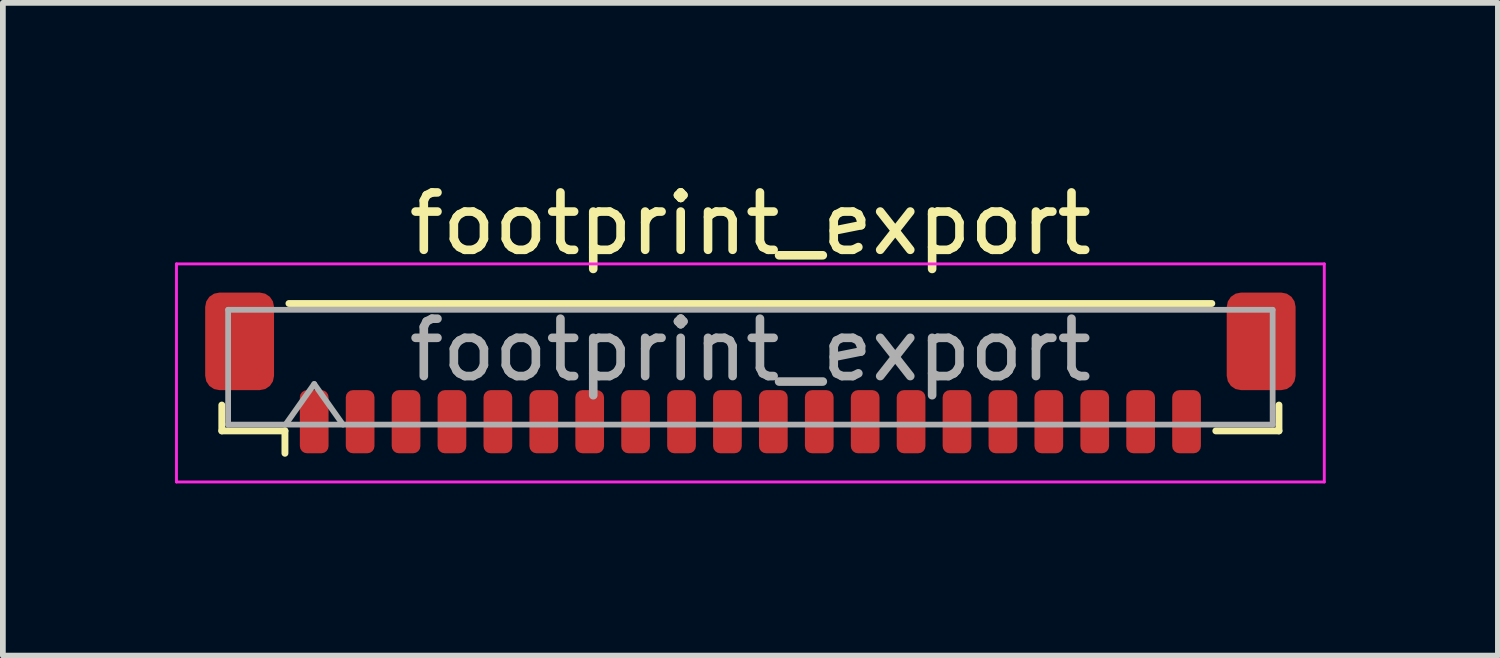
<source format=kicad_pcb>
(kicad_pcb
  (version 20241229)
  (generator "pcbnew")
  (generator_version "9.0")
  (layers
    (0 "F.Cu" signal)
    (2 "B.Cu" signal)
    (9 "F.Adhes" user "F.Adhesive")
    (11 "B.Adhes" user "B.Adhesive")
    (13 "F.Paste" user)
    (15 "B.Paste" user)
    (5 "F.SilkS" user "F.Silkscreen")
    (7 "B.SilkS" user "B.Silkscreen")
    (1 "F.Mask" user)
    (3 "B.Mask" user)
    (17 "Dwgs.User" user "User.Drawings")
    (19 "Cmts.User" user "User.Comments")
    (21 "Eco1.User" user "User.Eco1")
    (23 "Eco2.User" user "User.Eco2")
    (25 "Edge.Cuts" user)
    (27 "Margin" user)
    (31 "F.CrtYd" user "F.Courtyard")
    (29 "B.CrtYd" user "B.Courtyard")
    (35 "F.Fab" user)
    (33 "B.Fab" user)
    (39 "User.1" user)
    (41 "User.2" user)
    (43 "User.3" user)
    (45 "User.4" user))
  (footprint "footprint_export"
    (layer "F.Cu")
    (at 10.025 3.448)
    (property "Reference" "footprint_export" (at 0 -2.6 0) (layer "F.SilkS") (effects (font (size 1 1) (thickness 0.15))))
    (attr smd)
    (fp_line (start -9.21 0.56) (end -9.21 1.01) (stroke (width 0.12) (type solid)) (layer "F.SilkS"))
    (fp_line (start -9.21 1.01) (end -8.11 1.01) (stroke (width 0.12) (type solid)) (layer "F.SilkS"))
    (fp_line (start -8.11 1.01) (end -8.11 1.4) (stroke (width 0.12) (type solid)) (layer "F.SilkS"))
    (fp_line (start -8.04 -1.21) (end 8.04 -1.21) (stroke (width 0.12) (type solid)) (layer "F.SilkS"))
    (fp_line (start 9.21 0.56) (end 9.21 1.01) (stroke (width 0.12) (type solid)) (layer "F.SilkS"))
    (fp_line (start 9.21 1.01) (end 8.11 1.01) (stroke (width 0.12) (type solid)) (layer "F.SilkS"))
    (fp_line (start -10 -1.9) (end -10 1.9) (stroke (width 0.05) (type solid)) (layer "F.CrtYd"))
    (fp_line (start -10 1.9) (end 10 1.9) (stroke (width 0.05) (type solid)) (layer "F.CrtYd"))
    (fp_line (start 10 -1.9) (end -10 -1.9) (stroke (width 0.05) (type solid)) (layer "F.CrtYd"))
    (fp_line (start 10 1.9) (end 10 -1.9) (stroke (width 0.05) (type solid)) (layer "F.CrtYd"))
    (fp_line (start -9.1 -1.1) (end 9.1 -1.1) (stroke (width 0.1) (type solid)) (layer "F.Fab"))
    (fp_line (start -9.1 0.9) (end -9.1 -1.1) (stroke (width 0.1) (type solid)) (layer "F.Fab"))
    (fp_line (start -9.1 0.9) (end 9.1 0.9) (stroke (width 0.1) (type solid)) (layer "F.Fab"))
    (fp_line (start -8.1 0.9) (end -7.6 0.193) (stroke (width 0.1) (type solid)) (layer "F.Fab"))
    (fp_line (start -7.6 0.193) (end -7.1 0.9) (stroke (width 0.1) (type solid)) (layer "F.Fab"))
    (fp_line (start 9.1 0.9) (end 9.1 -1.1) (stroke (width 0.1) (type solid)) (layer "F.Fab"))
    (fp_text user "${REFERENCE}" (at 0 -0.4 0) (layer "F.Fab") (effects (font (size 1 1) (thickness 0.15))))
    (pad "1" smd roundrect (at -7.6 0.85) (size 0.5 1.1) (layers "F.Cu" "F.Mask" "F.Paste") (roundrect_rratio 0.25))
    (pad "2" smd roundrect (at -6.8 0.85) (size 0.5 1.1) (layers "F.Cu" "F.Mask" "F.Paste") (roundrect_rratio 0.25))
    (pad "3" smd roundrect (at -6 0.85) (size 0.5 1.1) (layers "F.Cu" "F.Mask" "F.Paste") (roundrect_rratio 0.25))
    (pad "4" smd roundrect (at -5.2 0.85) (size 0.5 1.1) (layers "F.Cu" "F.Mask" "F.Paste") (roundrect_rratio 0.25))
    (pad "5" smd roundrect (at -4.4 0.85) (size 0.5 1.1) (layers "F.Cu" "F.Mask" "F.Paste") (roundrect_rratio 0.25))
    (pad "6" smd roundrect (at -3.6 0.85) (size 0.5 1.1) (layers "F.Cu" "F.Mask" "F.Paste") (roundrect_rratio 0.25))
    (pad "7" smd roundrect (at -2.8 0.85) (size 0.5 1.1) (layers "F.Cu" "F.Mask" "F.Paste") (roundrect_rratio 0.25))
    (pad "8" smd roundrect (at -2 0.85) (size 0.5 1.1) (layers "F.Cu" "F.Mask" "F.Paste") (roundrect_rratio 0.25))
    (pad "9" smd roundrect (at -1.2 0.85) (size 0.5 1.1) (layers "F.Cu" "F.Mask" "F.Paste") (roundrect_rratio 0.25))
    (pad "10" smd roundrect (at -0.4 0.85) (size 0.5 1.1) (layers "F.Cu" "F.Mask" "F.Paste") (roundrect_rratio 0.25))
    (pad "11" smd roundrect (at 0.4 0.85) (size 0.5 1.1) (layers "F.Cu" "F.Mask" "F.Paste") (roundrect_rratio 0.25))
    (pad "12" smd roundrect (at 1.2 0.85) (size 0.5 1.1) (layers "F.Cu" "F.Mask" "F.Paste") (roundrect_rratio 0.25))
    (pad "13" smd roundrect (at 2 0.85) (size 0.5 1.1) (layers "F.Cu" "F.Mask" "F.Paste") (roundrect_rratio 0.25))
    (pad "14" smd roundrect (at 2.8 0.85) (size 0.5 1.1) (layers "F.Cu" "F.Mask" "F.Paste") (roundrect_rratio 0.25))
    (pad "15" smd roundrect (at 3.6 0.85) (size 0.5 1.1) (layers "F.Cu" "F.Mask" "F.Paste") (roundrect_rratio 0.25))
    (pad "16" smd roundrect (at 4.4 0.85) (size 0.5 1.1) (layers "F.Cu" "F.Mask" "F.Paste") (roundrect_rratio 0.25))
    (pad "17" smd roundrect (at 5.2 0.85) (size 0.5 1.1) (layers "F.Cu" "F.Mask" "F.Paste") (roundrect_rratio 0.25))
    (pad "18" smd roundrect (at 6 0.85) (size 0.5 1.1) (layers "F.Cu" "F.Mask" "F.Paste") (roundrect_rratio 0.25))
    (pad "19" smd roundrect (at 6.8 0.85) (size 0.5 1.1) (layers "F.Cu" "F.Mask" "F.Paste") (roundrect_rratio 0.25))
    (pad "20" smd roundrect (at 7.6 0.85) (size 0.5 1.1) (layers "F.Cu" "F.Mask" "F.Paste") (roundrect_rratio 0.25))
    (pad "MP" smd roundrect (at -8.9 -0.55) (size 1.2 1.7) (layers "F.Cu" "F.Mask" "F.Paste") (roundrect_rratio 0.208))
    (pad "MP" smd roundrect (at 8.9 -0.55) (size 1.2 1.7) (layers "F.Cu" "F.Mask" "F.Paste") (roundrect_rratio 0.208)))
  (gr_rect
    (start -3 -3)
    (end 23.05 8.373)
    (stroke (width 0.1) (type default))
    (fill no)
    (layer "Edge.Cuts")))
</source>
